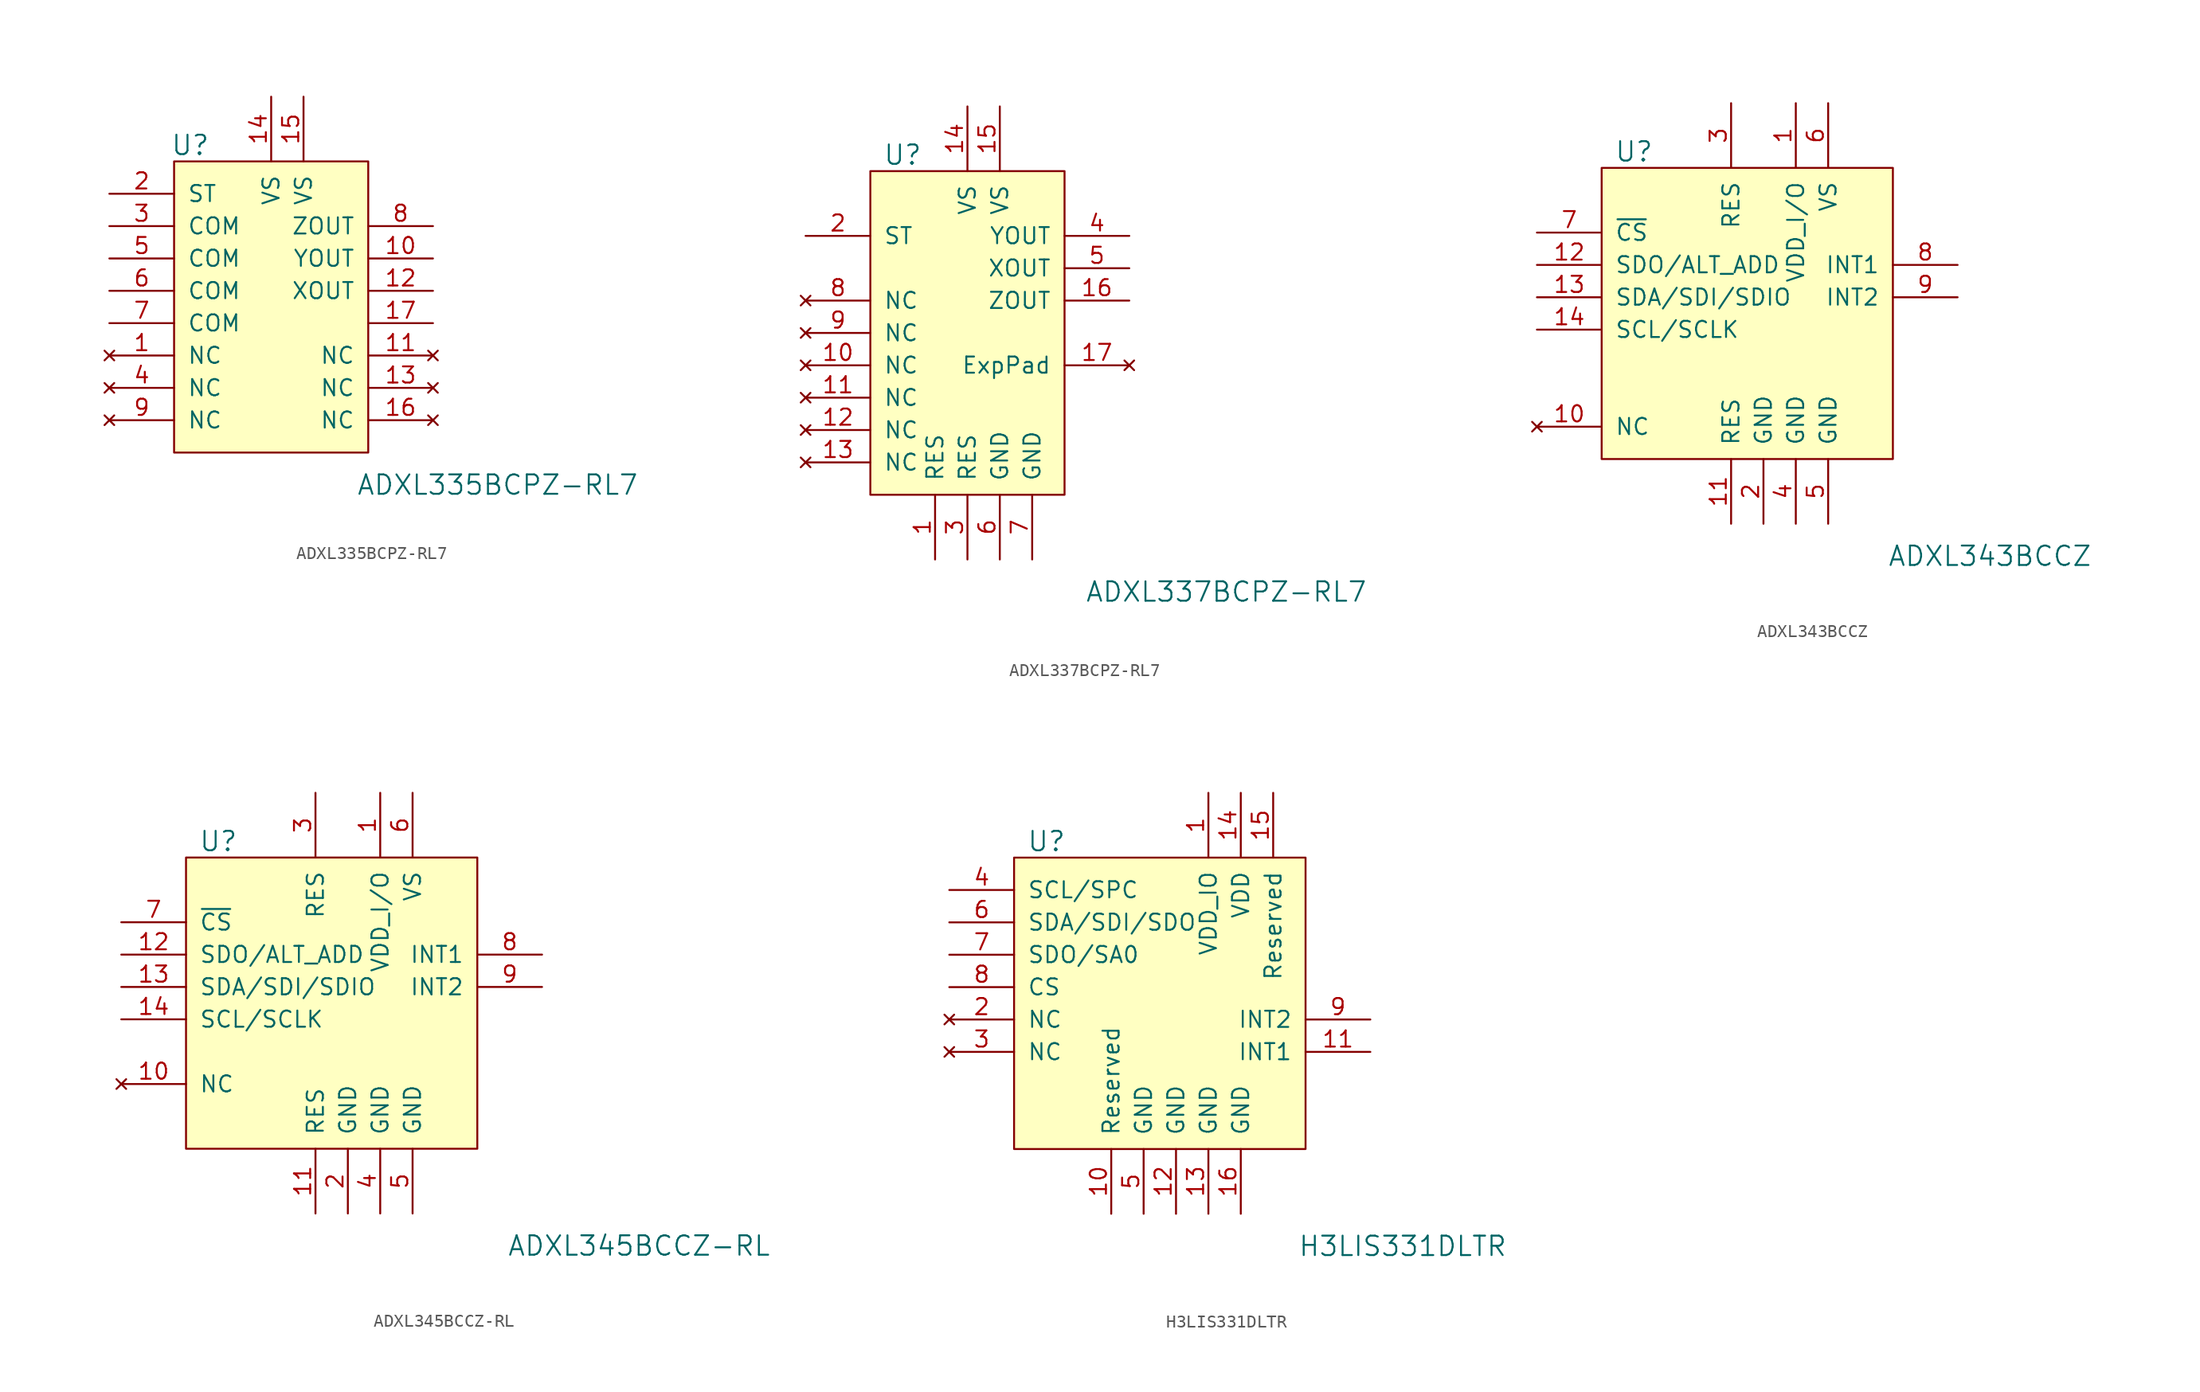
<source format=kicad_sym>
(kicad_symbol_lib
  (version 20211014)
  (generator kicad_symbol_editor)
  (symbol "ADXL335BCPZ-RL7"
    (pin_names
      (offset 1.016))
    (property "Reference" "U"
      (at -6.35 11.43 0)
      (effects (font (size 1.524 1.524))))
    (property "Value" "ADXL335BCPZ-RL7"
      (at 17.78 -15.24 0)
      (effects (font (size 1.524 1.524))))
    (symbol "ADXL335BCPZ-RL7_0_1"
      (rectangle (start -7.62 10.16) (end 7.62 -12.7) (stroke (width 0) (type default) (color 0 0 0 0)) (fill (type background))))
    (symbol "ADXL335BCPZ-RL7_1_1"
      (pin no_connect line (at -12.7 -5.08 0) (length 5.08) (name "NC" (effects (font (size 1.27 1.27)))) (number "1" (effects (font (size 1.27 1.27)))))
      (pin output line (at 12.7 2.54 180) (length 5.08) (name "YOUT" (effects (font (size 1.27 1.27)))) (number "10" (effects (font (size 1.27 1.27)))))
      (pin no_connect line (at 12.7 -5.08 180) (length 5.08) (name "NC" (effects (font (size 1.27 1.27)))) (number "11" (effects (font (size 1.27 1.27)))))
      (pin output line (at 12.7 0 180) (length 5.08) (name "XOUT" (effects (font (size 1.27 1.27)))) (number "12" (effects (font (size 1.27 1.27)))))
      (pin no_connect line (at 12.7 -7.62 180) (length 5.08) (name "NC" (effects (font (size 1.27 1.27)))) (number "13" (effects (font (size 1.27 1.27)))))
      (pin power_in line (at 0 15.24 270) (length 5.08) (name "VS" (effects (font (size 1.27 1.27)))) (number "14" (effects (font (size 1.27 1.27)))))
      (pin power_in line (at 2.54 15.24 270) (length 5.08) (name "VS" (effects (font (size 1.27 1.27)))) (number "15" (effects (font (size 1.27 1.27)))))
      (pin no_connect line (at 12.7 -10.16 180) (length 5.08) (name "NC" (effects (font (size 1.27 1.27)))) (number "16" (effects (font (size 1.27 1.27)))))
      (pin unspecified line (at 12.7 -2.54 180) (length 5.08) (name "~" (effects (font (size 1.27 1.27)))) (number "17" (effects (font (size 1.27 1.27)))))
      (pin input line (at -12.7 7.62 0) (length 5.08) (name "ST" (effects (font (size 1.27 1.27)))) (number "2" (effects (font (size 1.27 1.27)))))
      (pin input line (at -12.7 5.08 0) (length 5.08) (name "COM" (effects (font (size 1.27 1.27)))) (number "3" (effects (font (size 1.27 1.27)))))
      (pin no_connect line (at -12.7 -7.62 0) (length 5.08) (name "NC" (effects (font (size 1.27 1.27)))) (number "4" (effects (font (size 1.27 1.27)))))
      (pin input line (at -12.7 2.54 0) (length 5.08) (name "COM" (effects (font (size 1.27 1.27)))) (number "5" (effects (font (size 1.27 1.27)))))
      (pin input line (at -12.7 0 0) (length 5.08) (name "COM" (effects (font (size 1.27 1.27)))) (number "6" (effects (font (size 1.27 1.27)))))
      (pin input line (at -12.7 -2.54 0) (length 5.08) (name "COM" (effects (font (size 1.27 1.27)))) (number "7" (effects (font (size 1.27 1.27)))))
      (pin output line (at 12.7 5.08 180) (length 5.08) (name "ZOUT" (effects (font (size 1.27 1.27)))) (number "8" (effects (font (size 1.27 1.27)))))
      (pin no_connect line (at -12.7 -10.16 0) (length 5.08) (name "NC" (effects (font (size 1.27 1.27)))) (number "9" (effects (font (size 1.27 1.27)))))))
  (symbol "ADXL337BCPZ-RL7"
    (pin_names
      (offset 1.016))
    (property "Reference" "U"
      (at -5.08 13.97 0)
      (effects (font (size 1.524 1.524))))
    (property "Value" "ADXL337BCPZ-RL7"
      (at 20.32 -20.32 0)
      (effects (font (size 1.524 1.524))))
    (symbol "ADXL337BCPZ-RL7_0_1"
      (rectangle (start -7.62 12.7) (end 7.62 -12.7) (stroke (width 0) (type default) (color 0 0 0 0)) (fill (type background))))
    (symbol "ADXL337BCPZ-RL7_1_1"
      (pin input line (at -2.54 -17.78 90) (length 5.08) (name "RES" (effects (font (size 1.27 1.27)))) (number "1" (effects (font (size 1.27 1.27)))))
      (pin no_connect line (at -12.7 -2.54 0) (length 5.08) (name "NC" (effects (font (size 1.27 1.27)))) (number "10" (effects (font (size 1.27 1.27)))))
      (pin no_connect line (at -12.7 -5.08 0) (length 5.08) (name "NC" (effects (font (size 1.27 1.27)))) (number "11" (effects (font (size 1.27 1.27)))))
      (pin no_connect line (at -12.7 -7.62 0) (length 5.08) (name "NC" (effects (font (size 1.27 1.27)))) (number "12" (effects (font (size 1.27 1.27)))))
      (pin no_connect line (at -12.7 -10.16 0) (length 5.08) (name "NC" (effects (font (size 1.27 1.27)))) (number "13" (effects (font (size 1.27 1.27)))))
      (pin power_in line (at 0 17.78 270) (length 5.08) (name "VS" (effects (font (size 1.27 1.27)))) (number "14" (effects (font (size 1.27 1.27)))))
      (pin power_in line (at 2.54 17.78 270) (length 5.08) (name "VS" (effects (font (size 1.27 1.27)))) (number "15" (effects (font (size 1.27 1.27)))))
      (pin output line (at 12.7 2.54 180) (length 5.08) (name "ZOUT" (effects (font (size 1.27 1.27)))) (number "16" (effects (font (size 1.27 1.27)))))
      (pin no_connect line (at 12.7 -2.54 180) (length 5.08) (name "ExpPad" (effects (font (size 1.27 1.27)))) (number "17" (effects (font (size 1.27 1.27)))))
      (pin input line (at -12.7 7.62 0) (length 5.08) (name "ST" (effects (font (size 1.27 1.27)))) (number "2" (effects (font (size 1.27 1.27)))))
      (pin input line (at 0 -17.78 90) (length 5.08) (name "RES" (effects (font (size 1.27 1.27)))) (number "3" (effects (font (size 1.27 1.27)))))
      (pin output line (at 12.7 7.62 180) (length 5.08) (name "YOUT" (effects (font (size 1.27 1.27)))) (number "4" (effects (font (size 1.27 1.27)))))
      (pin output line (at 12.7 5.08 180) (length 5.08) (name "XOUT" (effects (font (size 1.27 1.27)))) (number "5" (effects (font (size 1.27 1.27)))))
      (pin power_in line (at 2.54 -17.78 90) (length 5.08) (name "GND" (effects (font (size 1.27 1.27)))) (number "6" (effects (font (size 1.27 1.27)))))
      (pin power_in line (at 5.08 -17.78 90) (length 5.08) (name "GND" (effects (font (size 1.27 1.27)))) (number "7" (effects (font (size 1.27 1.27)))))
      (pin no_connect line (at -12.7 2.54 0) (length 5.08) (name "NC" (effects (font (size 1.27 1.27)))) (number "8" (effects (font (size 1.27 1.27)))))
      (pin no_connect line (at -12.7 0 0) (length 5.08) (name "NC" (effects (font (size 1.27 1.27)))) (number "9" (effects (font (size 1.27 1.27)))))))
  (symbol "ADXL343BCCZ"
    (pin_names
      (offset 1.016))
    (property "Reference" "U"
      (at -7.62 13.97 0)
      (effects (font (size 1.524 1.524))))
    (property "Value" "ADXL343BCCZ"
      (at 20.32 -17.78 0)
      (effects (font (size 1.524 1.524))))
    (symbol "ADXL343BCCZ_0_1"
      (rectangle (start -10.16 12.7) (end 12.7 -10.16) (stroke (width 0) (type default) (color 0 0 0 0)) (fill (type background))))
    (symbol "ADXL343BCCZ_1_1"
      (pin power_in line (at 5.08 17.78 270) (length 5.08) (name "VDD_I/O" (effects (font (size 1.27 1.27)))) (number "1" (effects (font (size 1.27 1.27)))))
      (pin no_connect line (at -15.24 -7.62 0) (length 5.08) (name "NC" (effects (font (size 1.27 1.27)))) (number "10" (effects (font (size 1.27 1.27)))))
      (pin power_in line (at 0 -15.24 90) (length 5.08) (name "RES" (effects (font (size 1.27 1.27)))) (number "11" (effects (font (size 1.27 1.27)))))
      (pin bidirectional line (at -15.24 5.08 0) (length 5.08) (name "SDO/ALT_ADD" (effects (font (size 1.27 1.27)))) (number "12" (effects (font (size 1.27 1.27)))))
      (pin bidirectional line (at -15.24 2.54 0) (length 5.08) (name "SDA/SDI/SDIO" (effects (font (size 1.27 1.27)))) (number "13" (effects (font (size 1.27 1.27)))))
      (pin bidirectional line (at -15.24 0 0) (length 5.08) (name "SCL/SCLK" (effects (font (size 1.27 1.27)))) (number "14" (effects (font (size 1.27 1.27)))))
      (pin power_in line (at 2.54 -15.24 90) (length 5.08) (name "GND" (effects (font (size 1.27 1.27)))) (number "2" (effects (font (size 1.27 1.27)))))
      (pin power_in line (at 0 17.78 270) (length 5.08) (name "RES" (effects (font (size 1.27 1.27)))) (number "3" (effects (font (size 1.27 1.27)))))
      (pin power_in line (at 5.08 -15.24 90) (length 5.08) (name "GND" (effects (font (size 1.27 1.27)))) (number "4" (effects (font (size 1.27 1.27)))))
      (pin power_in line (at 7.62 -15.24 90) (length 5.08) (name "GND" (effects (font (size 1.27 1.27)))) (number "5" (effects (font (size 1.27 1.27)))))
      (pin power_in line (at 7.62 17.78 270) (length 5.08) (name "VS" (effects (font (size 1.27 1.27)))) (number "6" (effects (font (size 1.27 1.27)))))
      (pin input line (at -15.24 7.62 0) (length 5.08) (name "~{CS}" (effects (font (size 1.27 1.27)))) (number "7" (effects (font (size 1.27 1.27)))))
      (pin output line (at 17.78 5.08 180) (length 5.08) (name "INT1" (effects (font (size 1.27 1.27)))) (number "8" (effects (font (size 1.27 1.27)))))
      (pin output line (at 17.78 2.54 180) (length 5.08) (name "INT2" (effects (font (size 1.27 1.27)))) (number "9" (effects (font (size 1.27 1.27)))))))
  (symbol "ADXL345BCCZ-RL"
    (pin_names
      (offset 1.016))
    (property "Reference" "U"
      (at -10.16 13.97 0)
      (effects (font (size 1.524 1.524))))
    (property "Value" "ADXL345BCCZ-RL"
      (at 22.86 -17.78 0)
      (effects (font (size 1.524 1.524))))
    (symbol "ADXL345BCCZ-RL_0_1"
      (rectangle (start -12.7 12.7) (end 10.16 -10.16) (stroke (width 0) (type default) (color 0 0 0 0)) (fill (type background))))
    (symbol "ADXL345BCCZ-RL_1_1"
      (pin power_in line (at 2.54 17.78 270) (length 5.08) (name "VDD_I/O" (effects (font (size 1.27 1.27)))) (number "1" (effects (font (size 1.27 1.27)))))
      (pin no_connect line (at -17.78 -5.08 0) (length 5.08) (name "NC" (effects (font (size 1.27 1.27)))) (number "10" (effects (font (size 1.27 1.27)))))
      (pin power_in line (at -2.54 -15.24 90) (length 5.08) (name "RES" (effects (font (size 1.27 1.27)))) (number "11" (effects (font (size 1.27 1.27)))))
      (pin bidirectional line (at -17.78 5.08 0) (length 5.08) (name "SDO/ALT_ADD" (effects (font (size 1.27 1.27)))) (number "12" (effects (font (size 1.27 1.27)))))
      (pin bidirectional line (at -17.78 2.54 0) (length 5.08) (name "SDA/SDI/SDIO" (effects (font (size 1.27 1.27)))) (number "13" (effects (font (size 1.27 1.27)))))
      (pin bidirectional line (at -17.78 0 0) (length 5.08) (name "SCL/SCLK" (effects (font (size 1.27 1.27)))) (number "14" (effects (font (size 1.27 1.27)))))
      (pin power_in line (at 0 -15.24 90) (length 5.08) (name "GND" (effects (font (size 1.27 1.27)))) (number "2" (effects (font (size 1.27 1.27)))))
      (pin power_in line (at -2.54 17.78 270) (length 5.08) (name "RES" (effects (font (size 1.27 1.27)))) (number "3" (effects (font (size 1.27 1.27)))))
      (pin power_in line (at 2.54 -15.24 90) (length 5.08) (name "GND" (effects (font (size 1.27 1.27)))) (number "4" (effects (font (size 1.27 1.27)))))
      (pin power_in line (at 5.08 -15.24 90) (length 5.08) (name "GND" (effects (font (size 1.27 1.27)))) (number "5" (effects (font (size 1.27 1.27)))))
      (pin power_in line (at 5.08 17.78 270) (length 5.08) (name "VS" (effects (font (size 1.27 1.27)))) (number "6" (effects (font (size 1.27 1.27)))))
      (pin input line (at -17.78 7.62 0) (length 5.08) (name "~{CS}" (effects (font (size 1.27 1.27)))) (number "7" (effects (font (size 1.27 1.27)))))
      (pin output line (at 15.24 5.08 180) (length 5.08) (name "INT1" (effects (font (size 1.27 1.27)))) (number "8" (effects (font (size 1.27 1.27)))))
      (pin output line (at 15.24 2.54 180) (length 5.08) (name "INT2" (effects (font (size 1.27 1.27)))) (number "9" (effects (font (size 1.27 1.27)))))))
  (symbol "H3LIS331DLTR"
    (pin_names
      (offset 1.016))
    (property "Reference" "U"
      (at -7.62 11.43 0)
      (effects (font (size 1.524 1.524))))
    (property "Value" "H3LIS331DLTR"
      (at 20.32 -20.32 0)
      (effects (font (size 1.524 1.524))))
    (symbol "H3LIS331DLTR_0_1"
      (rectangle (start -10.16 -12.7) (end 12.7 10.16) (stroke (width 0) (type default) (color 0 0 0 0)) (fill (type background))))
    (symbol "H3LIS331DLTR_1_1"
      (pin power_in line (at 5.08 15.24 270) (length 5.08) (name "VDD_IO" (effects (font (size 1.27 1.27)))) (number "1" (effects (font (size 1.27 1.27)))))
      (pin power_in line (at -2.54 -17.78 90) (length 5.08) (name "Reserved" (effects (font (size 1.27 1.27)))) (number "10" (effects (font (size 1.27 1.27)))))
      (pin output line (at 17.78 -5.08 180) (length 5.08) (name "INT1" (effects (font (size 1.27 1.27)))) (number "11" (effects (font (size 1.27 1.27)))))
      (pin power_in line (at 2.54 -17.78 90) (length 5.08) (name "GND" (effects (font (size 1.27 1.27)))) (number "12" (effects (font (size 1.27 1.27)))))
      (pin power_in line (at 5.08 -17.78 90) (length 5.08) (name "GND" (effects (font (size 1.27 1.27)))) (number "13" (effects (font (size 1.27 1.27)))))
      (pin power_in line (at 7.62 15.24 270) (length 5.08) (name "VDD" (effects (font (size 1.27 1.27)))) (number "14" (effects (font (size 1.27 1.27)))))
      (pin power_in line (at 10.16 15.24 270) (length 5.08) (name "Reserved" (effects (font (size 1.27 1.27)))) (number "15" (effects (font (size 1.27 1.27)))))
      (pin power_in line (at 7.62 -17.78 90) (length 5.08) (name "GND" (effects (font (size 1.27 1.27)))) (number "16" (effects (font (size 1.27 1.27)))))
      (pin no_connect line (at -15.24 -2.54 0) (length 5.08) (name "NC" (effects (font (size 1.27 1.27)))) (number "2" (effects (font (size 1.27 1.27)))))
      (pin no_connect line (at -15.24 -5.08 0) (length 5.08) (name "NC" (effects (font (size 1.27 1.27)))) (number "3" (effects (font (size 1.27 1.27)))))
      (pin input line (at -15.24 7.62 0) (length 5.08) (name "SCL/SPC" (effects (font (size 1.27 1.27)))) (number "4" (effects (font (size 1.27 1.27)))))
      (pin power_in line (at 0 -17.78 90) (length 5.08) (name "GND" (effects (font (size 1.27 1.27)))) (number "5" (effects (font (size 1.27 1.27)))))
      (pin bidirectional line (at -15.24 5.08 0) (length 5.08) (name "SDA/SDI/SDO" (effects (font (size 1.27 1.27)))) (number "6" (effects (font (size 1.27 1.27)))))
      (pin bidirectional line (at -15.24 2.54 0) (length 5.08) (name "SDO/SA0" (effects (font (size 1.27 1.27)))) (number "7" (effects (font (size 1.27 1.27)))))
      (pin input line (at -15.24 0 0) (length 5.08) (name "CS" (effects (font (size 1.27 1.27)))) (number "8" (effects (font (size 1.27 1.27)))))
      (pin output line (at 17.78 -2.54 180) (length 5.08) (name "INT2" (effects (font (size 1.27 1.27)))) (number "9" (effects (font (size 1.27 1.27))))))))
</source>
